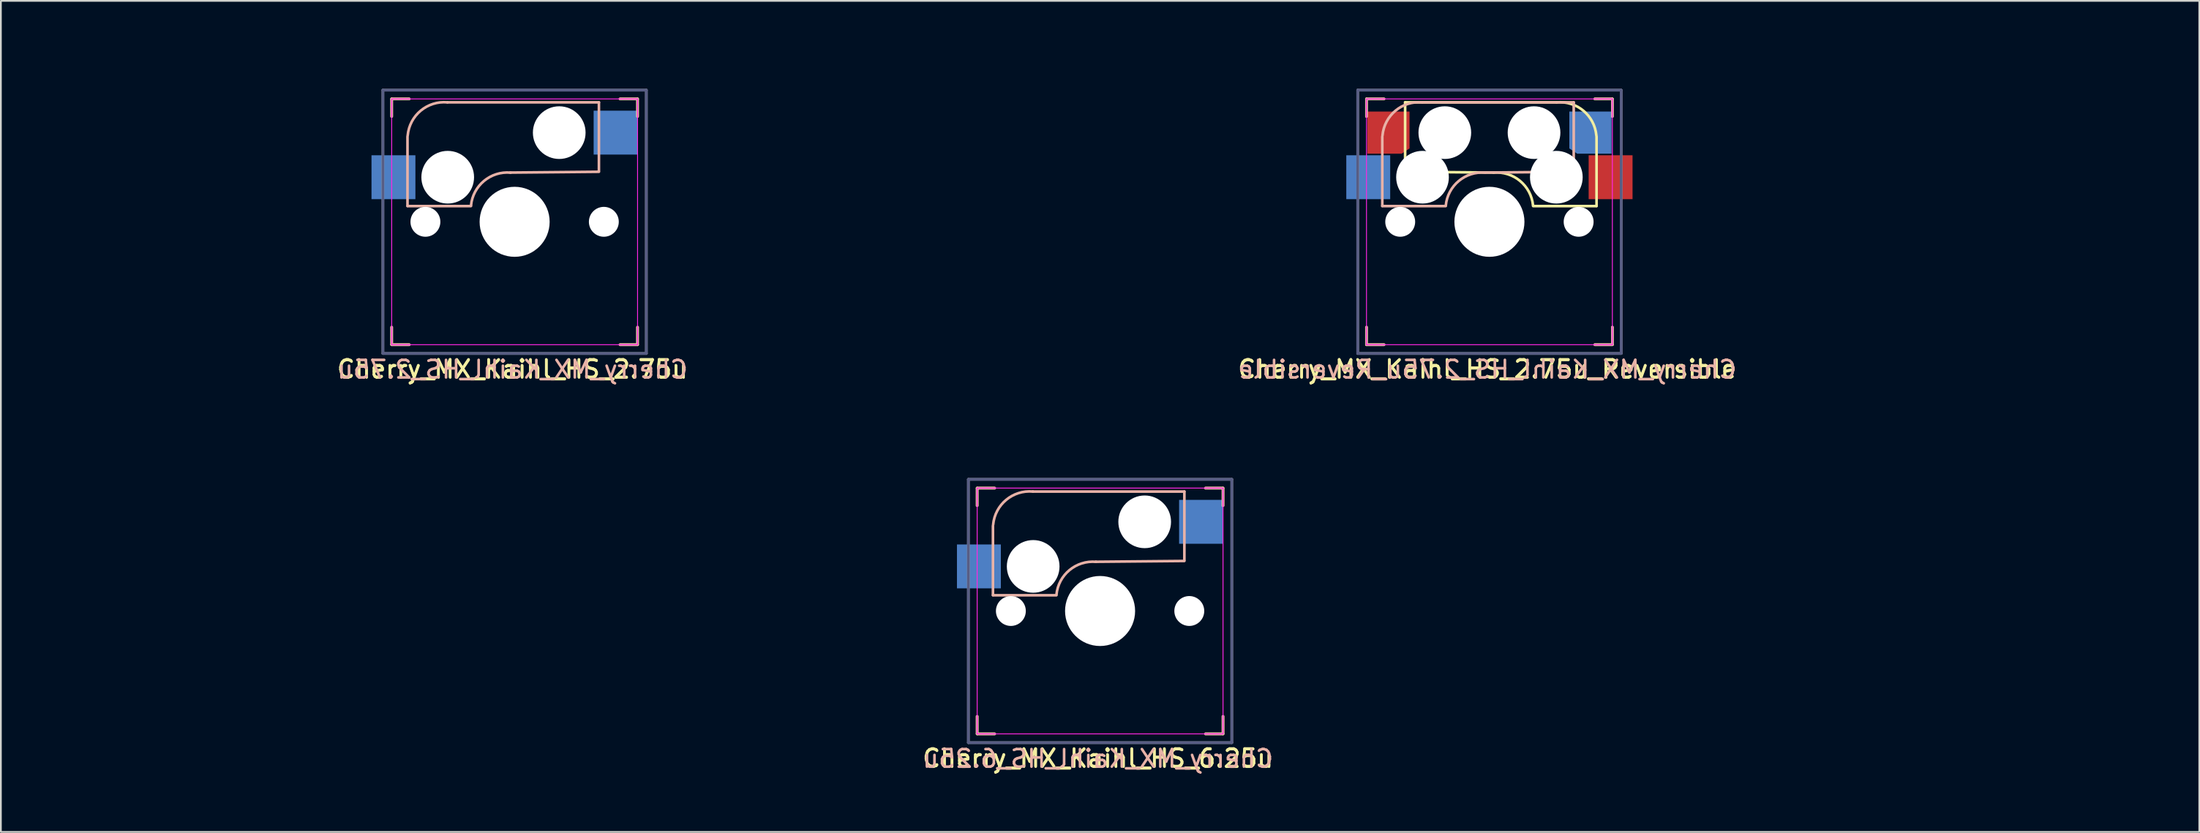
<source format=kicad_pcb>
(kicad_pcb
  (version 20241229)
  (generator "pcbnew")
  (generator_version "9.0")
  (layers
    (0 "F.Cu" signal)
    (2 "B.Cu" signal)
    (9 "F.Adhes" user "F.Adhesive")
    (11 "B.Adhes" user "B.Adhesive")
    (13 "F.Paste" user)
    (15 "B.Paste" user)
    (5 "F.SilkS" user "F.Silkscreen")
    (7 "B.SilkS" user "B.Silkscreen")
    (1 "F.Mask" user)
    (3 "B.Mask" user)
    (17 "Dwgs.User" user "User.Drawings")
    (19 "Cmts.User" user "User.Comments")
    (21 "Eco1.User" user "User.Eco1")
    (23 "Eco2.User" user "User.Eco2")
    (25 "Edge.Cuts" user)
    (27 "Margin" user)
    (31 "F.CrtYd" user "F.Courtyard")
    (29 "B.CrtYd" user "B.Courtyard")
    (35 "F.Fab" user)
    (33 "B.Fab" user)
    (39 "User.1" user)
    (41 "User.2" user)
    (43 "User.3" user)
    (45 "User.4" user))
  (footprint "Cherry_MX_Kaihl_HS_6.25u"
    (layer "F.Cu")
    (at 59.591 31.755)
    (property "Reference" "Cherry_MX_Kaihl_HS_6.25u" (at -0.127 8.382 0) (layer "F.SilkS") (effects (font (size 1 1) (thickness 0.15))))
    (attr through_hole)
    (fp_line (start -7 -7) (end -6 -7) (stroke (width 0.15) (type solid)) (layer "F.SilkS"))
    (fp_line (start -7 -6) (end -7 -7) (stroke (width 0.15) (type solid)) (layer "F.SilkS"))
    (fp_line (start -7 7) (end -7 6) (stroke (width 0.15) (type solid)) (layer "F.SilkS"))
    (fp_line (start -6 7) (end -7 7) (stroke (width 0.15) (type solid)) (layer "F.SilkS"))
    (fp_line (start 6 -7) (end 7 -7) (stroke (width 0.15) (type solid)) (layer "F.SilkS"))
    (fp_line (start 7 -7) (end 7 -6) (stroke (width 0.15) (type solid)) (layer "F.SilkS"))
    (fp_line (start 7 6) (end 7 7) (stroke (width 0.15) (type solid)) (layer "F.SilkS"))
    (fp_line (start 7 7) (end 6 7) (stroke (width 0.15) (type solid)) (layer "F.SilkS"))
    (fp_line (start -7 -7) (end -6 -7) (stroke (width 0.15) (type solid)) (layer "B.SilkS"))
    (fp_line (start -7 -6) (end -7 -7) (stroke (width 0.15) (type solid)) (layer "B.SilkS"))
    (fp_line (start -7 7) (end -7 6) (stroke (width 0.15) (type solid)) (layer "B.SilkS"))
    (fp_line (start -6.1 -4.85) (end -6.1 -0.905) (stroke (width 0.15) (type solid)) (layer "B.SilkS"))
    (fp_line (start -6.1 -0.896) (end -2.49 -0.896) (stroke (width 0.15) (type solid)) (layer "B.SilkS"))
    (fp_line (start -6 7) (end -7 7) (stroke (width 0.15) (type solid)) (layer "B.SilkS"))
    (fp_line (start 4.8 -6.804) (end -3.825 -6.804) (stroke (width 0.15) (type solid)) (layer "B.SilkS"))
    (fp_line (start 4.8 -2.896) (end 4.8 -6.804) (stroke (width 0.15) (type solid)) (layer "B.SilkS"))
    (fp_line (start 4.8 -2.85) (end -0.25 -2.804) (stroke (width 0.15) (type solid)) (layer "B.SilkS"))
    (fp_line (start 6 -7) (end 7 -7) (stroke (width 0.15) (type solid)) (layer "B.SilkS"))
    (fp_line (start 7 -7) (end 7 -6) (stroke (width 0.15) (type solid)) (layer "B.SilkS"))
    (fp_line (start 7 6) (end 7 7) (stroke (width 0.15) (type solid)) (layer "B.SilkS"))
    (fp_line (start 7 7) (end 6 7) (stroke (width 0.15) (type solid)) (layer "B.SilkS"))
    (fp_arc (start -6.089 -4.92) (mid -5.347189 -6.33089) (end -3.825 -6.804) (stroke (width 0.15) (type solid)) (layer "B.SilkS"))
    (fp_arc (start -2.484999 -0.920001) (mid -1.74436 -2.328062) (end -0.225 -2.8) (stroke (width 0.15) (type solid)) (layer "B.SilkS"))
    (fp_line (start -59.531 -9.525) (end 59.531 -9.525) (stroke (width 0.12) (type solid)) (layer "Eco2.User"))
    (fp_line (start -59.531 9.525) (end -59.531 -9.525) (stroke (width 0.12) (type solid)) (layer "Eco2.User"))
    (fp_line (start -0.8 4.25) (end 0.8 4.25) (stroke (width 0.12) (type solid)) (layer "Eco2.User"))
    (fp_line (start -0.8 5.85) (end -0.8 4.25) (stroke (width 0.12) (type solid)) (layer "Eco2.User"))
    (fp_line (start 0.8 4.25) (end 0.8 5.85) (stroke (width 0.12) (type solid)) (layer "Eco2.User"))
    (fp_line (start 0.8 5.85) (end -0.8 5.85) (stroke (width 0.12) (type solid)) (layer "Eco2.User"))
    (fp_line (start 59.531 -9.525) (end 59.531 9.525) (stroke (width 0.12) (type solid)) (layer "Eco2.User"))
    (fp_line (start 59.531 9.525) (end -59.531 9.525) (stroke (width 0.12) (type solid)) (layer "Eco2.User"))
    (fp_line (start -7 -7) (end 7 -7) (stroke (width 0.05) (type solid)) (layer "F.CrtYd"))
    (fp_line (start -7 7) (end -7 -7) (stroke (width 0.05) (type solid)) (layer "F.CrtYd"))
    (fp_line (start 7 -7) (end 7 7) (stroke (width 0.05) (type solid)) (layer "F.CrtYd"))
    (fp_line (start 7 7) (end -7 7) (stroke (width 0.05) (type solid)) (layer "F.CrtYd"))
    (fp_line (start -7.5 -7.5) (end 7.5 -7.5) (stroke (width 0.15) (type solid)) (layer "B.Fab"))
    (fp_line (start -7.5 7.5) (end -7.5 -7.5) (stroke (width 0.15) (type solid)) (layer "B.Fab"))
    (fp_line (start 7.5 -7.5) (end 7.5 7.5) (stroke (width 0.15) (type solid)) (layer "B.Fab"))
    (fp_line (start 7.5 7.5) (end -7.5 7.5) (stroke (width 0.15) (type solid)) (layer "B.Fab"))
    (fp_line (start -7.5 -7.5) (end 7.5 -7.5) (stroke (width 0.15) (type solid)) (layer "F.Fab"))
    (fp_line (start -7.5 7.5) (end -7.5 -7.5) (stroke (width 0.15) (type solid)) (layer "F.Fab"))
    (fp_line (start 7.5 -7.5) (end 7.5 7.5) (stroke (width 0.15) (type solid)) (layer "F.Fab"))
    (fp_line (start 7.5 7.5) (end -7.5 7.5) (stroke (width 0.15) (type solid)) (layer "F.Fab"))
    (fp_text user "${REFERENCE}" (at -0.12 8.41 0) (layer "F.SilkS") (effects (font (size 1 1) (thickness 0.15))))
    (fp_text user "${REFERENCE}" (at -0.12 8.41 0) (layer "B.SilkS") (effects (font (size 1 1) (thickness 0.15)) (justify mirror)))
    (pad "" np_thru_hole circle (at -5.08 0 180) (size 1.702 1.702) (drill 1.702) (layers "*.Cu" "*.Mask"))
    (pad "" np_thru_hole circle (at -3.81 -2.54 153.5) (size 3 3) (drill 3) (layers "*.Cu" "*.Mask"))
    (pad "" np_thru_hole circle (at 0 0 180) (size 3.988 3.988) (drill 3.988) (layers "*.Cu" "*.Mask"))
    (pad "" np_thru_hole circle (at 2.54 -5.08 206.5) (size 3 3) (drill 3) (layers "*.Cu" "*.Mask"))
    (pad "" np_thru_hole circle (at 5.08 0 180) (size 1.702 1.702) (drill 1.702) (layers "*.Cu" "*.Mask"))
    (pad "1" smd rect (at -6.9 -2.54 180) (size 2.5 2.5) (layers "B.Cu" "B.Mask" "B.Paste"))
    (pad "2" smd rect (at 5.75 -5.08 180) (size 2.5 2.5) (layers "B.Cu" "B.Mask" "B.Paste")))
  (footprint "Cherry_MX_Kaihl_HS_2.75u_Reversible"
    (layer "F.Cu")
    (at 81.761 9.585)
    (property "Reference" "Cherry_MX_Kaihl_HS_2.75u_Reversible" (at -0.127 8.382 0) (layer "F.SilkS") (effects (font (size 1 1) (thickness 0.15))))
    (attr through_hole)
    (fp_line (start -7 -7) (end -6 -7) (stroke (width 0.15) (type solid)) (layer "F.SilkS"))
    (fp_line (start -7 -6) (end -7 -7) (stroke (width 0.15) (type solid)) (layer "F.SilkS"))
    (fp_line (start -7 7) (end -7 6) (stroke (width 0.15) (type solid)) (layer "F.SilkS"))
    (fp_line (start -6 7) (end -7 7) (stroke (width 0.15) (type solid)) (layer "F.SilkS"))
    (fp_line (start -4.8 -6.804) (end 3.825 -6.804) (stroke (width 0.15) (type solid)) (layer "F.SilkS"))
    (fp_line (start -4.8 -2.896) (end -4.8 -6.804) (stroke (width 0.15) (type solid)) (layer "F.SilkS"))
    (fp_line (start -4.8 -2.85) (end 0.25 -2.804) (stroke (width 0.15) (type solid)) (layer "F.SilkS"))
    (fp_line (start 6 -7) (end 7 -7) (stroke (width 0.15) (type solid)) (layer "F.SilkS"))
    (fp_line (start 6.1 -4.85) (end 6.1 -0.905) (stroke (width 0.15) (type solid)) (layer "F.SilkS"))
    (fp_line (start 6.1 -0.896) (end 2.49 -0.896) (stroke (width 0.15) (type solid)) (layer "F.SilkS"))
    (fp_line (start 7 -7) (end 7 -6) (stroke (width 0.15) (type solid)) (layer "F.SilkS"))
    (fp_line (start 7 6) (end 7 7) (stroke (width 0.15) (type solid)) (layer "F.SilkS"))
    (fp_line (start 7 7) (end 6 7) (stroke (width 0.15) (type solid)) (layer "F.SilkS"))
    (fp_arc (start 0.225 -2.8) (mid 1.744361 -2.328062) (end 2.485001 -0.920001) (stroke (width 0.15) (type solid)) (layer "F.SilkS"))
    (fp_arc (start 3.825 -6.804) (mid 5.347189 -6.33089) (end 6.089 -4.92) (stroke (width 0.15) (type solid)) (layer "F.SilkS"))
    (fp_line (start -7 -7) (end -6 -7) (stroke (width 0.15) (type solid)) (layer "B.SilkS"))
    (fp_line (start -7 -6) (end -7 -7) (stroke (width 0.15) (type solid)) (layer "B.SilkS"))
    (fp_line (start -7 7) (end -7 6) (stroke (width 0.15) (type solid)) (layer "B.SilkS"))
    (fp_line (start -6.1 -4.85) (end -6.1 -0.905) (stroke (width 0.15) (type solid)) (layer "B.SilkS"))
    (fp_line (start -6.1 -0.896) (end -2.49 -0.896) (stroke (width 0.15) (type solid)) (layer "B.SilkS"))
    (fp_line (start -6 7) (end -7 7) (stroke (width 0.15) (type solid)) (layer "B.SilkS"))
    (fp_line (start 4.8 -6.804) (end -3.825 -6.804) (stroke (width 0.15) (type solid)) (layer "B.SilkS"))
    (fp_line (start 4.8 -2.896) (end 4.8 -6.804) (stroke (width 0.15) (type solid)) (layer "B.SilkS"))
    (fp_line (start 4.8 -2.85) (end -0.25 -2.804) (stroke (width 0.15) (type solid)) (layer "B.SilkS"))
    (fp_line (start 6 -7) (end 7 -7) (stroke (width 0.15) (type solid)) (layer "B.SilkS"))
    (fp_line (start 7 -7) (end 7 -6) (stroke (width 0.15) (type solid)) (layer "B.SilkS"))
    (fp_line (start 7 6) (end 7 7) (stroke (width 0.15) (type solid)) (layer "B.SilkS"))
    (fp_line (start 7 7) (end 6 7) (stroke (width 0.15) (type solid)) (layer "B.SilkS"))
    (fp_arc (start -6.089 -4.92) (mid -5.347189 -6.33089) (end -3.825 -6.804) (stroke (width 0.15) (type solid)) (layer "B.SilkS"))
    (fp_arc (start -2.484999 -0.920001) (mid -1.74436 -2.328062) (end -0.225 -2.8) (stroke (width 0.15) (type solid)) (layer "B.SilkS"))
    (fp_line (start -26.194 -9.525) (end 26.194 -9.525) (stroke (width 0.12) (type solid)) (layer "Eco2.User"))
    (fp_line (start -26.194 9.525) (end -26.194 -9.525) (stroke (width 0.12) (type solid)) (layer "Eco2.User"))
    (fp_line (start -0.8 4.25) (end 0.8 4.25) (stroke (width 0.12) (type solid)) (layer "Eco2.User"))
    (fp_line (start -0.8 5.85) (end -0.8 4.25) (stroke (width 0.12) (type solid)) (layer "Eco2.User"))
    (fp_line (start 0.8 4.25) (end 0.8 5.85) (stroke (width 0.12) (type solid)) (layer "Eco2.User"))
    (fp_line (start 0.8 5.85) (end -0.8 5.85) (stroke (width 0.12) (type solid)) (layer "Eco2.User"))
    (fp_line (start 26.194 -9.525) (end 26.194 9.525) (stroke (width 0.12) (type solid)) (layer "Eco2.User"))
    (fp_line (start 26.194 9.525) (end -26.194 9.525) (stroke (width 0.12) (type solid)) (layer "Eco2.User"))
    (fp_line (start -7 -7) (end 7 -7) (stroke (width 0.05) (type solid)) (layer "F.CrtYd"))
    (fp_line (start -7 7) (end -7 -7) (stroke (width 0.05) (type solid)) (layer "F.CrtYd"))
    (fp_line (start 7 -7) (end 7 7) (stroke (width 0.05) (type solid)) (layer "F.CrtYd"))
    (fp_line (start 7 7) (end -7 7) (stroke (width 0.05) (type solid)) (layer "F.CrtYd"))
    (fp_line (start -7.5 -7.5) (end 7.5 -7.5) (stroke (width 0.15) (type solid)) (layer "B.Fab"))
    (fp_line (start -7.5 7.5) (end -7.5 -7.5) (stroke (width 0.15) (type solid)) (layer "B.Fab"))
    (fp_line (start 7.5 -7.5) (end 7.5 7.5) (stroke (width 0.15) (type solid)) (layer "B.Fab"))
    (fp_line (start 7.5 7.5) (end -7.5 7.5) (stroke (width 0.15) (type solid)) (layer "B.Fab"))
    (fp_line (start -7.5 -7.5) (end 7.5 -7.5) (stroke (width 0.15) (type solid)) (layer "F.Fab"))
    (fp_line (start -7.5 7.5) (end -7.5 -7.5) (stroke (width 0.15) (type solid)) (layer "F.Fab"))
    (fp_line (start 7.5 -7.5) (end 7.5 7.5) (stroke (width 0.15) (type solid)) (layer "F.Fab"))
    (fp_line (start 7.5 7.5) (end -7.5 7.5) (stroke (width 0.15) (type solid)) (layer "F.Fab"))
    (fp_text user "${REFERENCE}" (at -0.12 8.41 0) (layer "F.SilkS") (effects (font (size 1 1) (thickness 0.15))))
    (fp_text user "${REFERENCE}" (at -0.12 8.41 0) (layer "B.SilkS") (effects (font (size 1 1) (thickness 0.15)) (justify mirror)))
    (pad "" np_thru_hole circle (at -5.08 0 180) (size 1.702 1.702) (drill 1.702) (layers "*.Cu" "*.Mask"))
    (pad "" np_thru_hole circle (at -3.81 -2.54 153.5) (size 3 3) (drill 3) (layers "*.Cu" "*.Mask"))
    (pad "" np_thru_hole circle (at -2.54 -5.08 206.5) (size 3 3) (drill 3) (layers "*.Cu" "*.Mask"))
    (pad "" np_thru_hole circle (at 0 0 180) (size 3.988 3.988) (drill 3.988) (layers "*.Cu" "*.Mask"))
    (pad "" np_thru_hole circle (at 2.54 -5.08 206.5) (size 3 3) (drill 3) (layers "*.Cu" "*.Mask"))
    (pad "" np_thru_hole circle (at 3.81 -2.54 206.5) (size 3 3) (drill 3) (layers "*.Cu" "*.Mask"))
    (pad "" np_thru_hole circle (at 5.08 0 180) (size 1.702 1.702) (drill 1.702) (layers "*.Cu" "*.Mask"))
    (pad "1" smd rect (at -6.9 -2.54 180) (size 2.5 2.5) (layers "B.Cu" "B.Mask" "B.Paste"))
    (pad "1" smd rect (at 6.9 -2.54 180) (size 2.5 2.5) (layers "F.Cu" "F.Mask" "F.Paste"))
    (pad "2" smd custom (at -5.75 -5.08 180) (size 2 2) (layers "F.Cu" "F.Mask" "F.Paste") (options (anchor rect)) (primitives (gr_poly (pts (xy 1.2 1.2) (xy -1.2 1.2) (xy -1.2 -0.9) (xy -0.75 -1.2) (xy 1.2 -1.2)) (width 0) (fill yes))))
    (pad "2" smd custom (at 5.75 -5.08 180) (size 2 2) (layers "B.Cu" "B.Mask" "B.Paste") (options (anchor rect)) (primitives (gr_poly (pts (xy 1.2 1.2) (xy 1.2 -0.9) (xy 0.75 -1.2) (xy -1.2 -1.2) (xy -1.2 1.2)) (width 0) (fill yes)))))
  (footprint "Cherry_MX_Kaihl_HS_2.75u"
    (layer "F.Cu")
    (at 26.254 9.585)
    (property "Reference" "Cherry_MX_Kaihl_HS_2.75u" (at -0.127 8.382 0) (layer "F.SilkS") (effects (font (size 1 1) (thickness 0.15))))
    (attr through_hole)
    (fp_line (start -7 -7) (end -6 -7) (stroke (width 0.15) (type solid)) (layer "F.SilkS"))
    (fp_line (start -7 -6) (end -7 -7) (stroke (width 0.15) (type solid)) (layer "F.SilkS"))
    (fp_line (start -7 7) (end -7 6) (stroke (width 0.15) (type solid)) (layer "F.SilkS"))
    (fp_line (start -6 7) (end -7 7) (stroke (width 0.15) (type solid)) (layer "F.SilkS"))
    (fp_line (start 6 -7) (end 7 -7) (stroke (width 0.15) (type solid)) (layer "F.SilkS"))
    (fp_line (start 7 -7) (end 7 -6) (stroke (width 0.15) (type solid)) (layer "F.SilkS"))
    (fp_line (start 7 6) (end 7 7) (stroke (width 0.15) (type solid)) (layer "F.SilkS"))
    (fp_line (start 7 7) (end 6 7) (stroke (width 0.15) (type solid)) (layer "F.SilkS"))
    (fp_line (start -7 -7) (end -6 -7) (stroke (width 0.15) (type solid)) (layer "B.SilkS"))
    (fp_line (start -7 -6) (end -7 -7) (stroke (width 0.15) (type solid)) (layer "B.SilkS"))
    (fp_line (start -7 7) (end -7 6) (stroke (width 0.15) (type solid)) (layer "B.SilkS"))
    (fp_line (start -6.1 -4.85) (end -6.1 -0.905) (stroke (width 0.15) (type solid)) (layer "B.SilkS"))
    (fp_line (start -6.1 -0.896) (end -2.49 -0.896) (stroke (width 0.15) (type solid)) (layer "B.SilkS"))
    (fp_line (start -6 7) (end -7 7) (stroke (width 0.15) (type solid)) (layer "B.SilkS"))
    (fp_line (start 4.8 -6.804) (end -3.825 -6.804) (stroke (width 0.15) (type solid)) (layer "B.SilkS"))
    (fp_line (start 4.8 -2.896) (end 4.8 -6.804) (stroke (width 0.15) (type solid)) (layer "B.SilkS"))
    (fp_line (start 4.8 -2.85) (end -0.25 -2.804) (stroke (width 0.15) (type solid)) (layer "B.SilkS"))
    (fp_line (start 6 -7) (end 7 -7) (stroke (width 0.15) (type solid)) (layer "B.SilkS"))
    (fp_line (start 7 -7) (end 7 -6) (stroke (width 0.15) (type solid)) (layer "B.SilkS"))
    (fp_line (start 7 6) (end 7 7) (stroke (width 0.15) (type solid)) (layer "B.SilkS"))
    (fp_line (start 7 7) (end 6 7) (stroke (width 0.15) (type solid)) (layer "B.SilkS"))
    (fp_arc (start -6.089 -4.92) (mid -5.347189 -6.33089) (end -3.825 -6.804) (stroke (width 0.15) (type solid)) (layer "B.SilkS"))
    (fp_arc (start -2.484999 -0.920001) (mid -1.74436 -2.328062) (end -0.225 -2.8) (stroke (width 0.15) (type solid)) (layer "B.SilkS"))
    (fp_line (start -26.194 -9.525) (end 26.194 -9.525) (stroke (width 0.12) (type solid)) (layer "Eco2.User"))
    (fp_line (start -26.194 9.525) (end -26.194 -9.525) (stroke (width 0.12) (type solid)) (layer "Eco2.User"))
    (fp_line (start -0.8 4.25) (end 0.8 4.25) (stroke (width 0.12) (type solid)) (layer "Eco2.User"))
    (fp_line (start -0.8 5.85) (end -0.8 4.25) (stroke (width 0.12) (type solid)) (layer "Eco2.User"))
    (fp_line (start 0.8 4.25) (end 0.8 5.85) (stroke (width 0.12) (type solid)) (layer "Eco2.User"))
    (fp_line (start 0.8 5.85) (end -0.8 5.85) (stroke (width 0.12) (type solid)) (layer "Eco2.User"))
    (fp_line (start 26.194 -9.525) (end 26.194 9.525) (stroke (width 0.12) (type solid)) (layer "Eco2.User"))
    (fp_line (start 26.194 9.525) (end -26.194 9.525) (stroke (width 0.12) (type solid)) (layer "Eco2.User"))
    (fp_line (start -7 -7) (end 7 -7) (stroke (width 0.05) (type solid)) (layer "F.CrtYd"))
    (fp_line (start -7 7) (end -7 -7) (stroke (width 0.05) (type solid)) (layer "F.CrtYd"))
    (fp_line (start 7 -7) (end 7 7) (stroke (width 0.05) (type solid)) (layer "F.CrtYd"))
    (fp_line (start 7 7) (end -7 7) (stroke (width 0.05) (type solid)) (layer "F.CrtYd"))
    (fp_line (start -7.5 -7.5) (end 7.5 -7.5) (stroke (width 0.15) (type solid)) (layer "B.Fab"))
    (fp_line (start -7.5 7.5) (end -7.5 -7.5) (stroke (width 0.15) (type solid)) (layer "B.Fab"))
    (fp_line (start 7.5 -7.5) (end 7.5 7.5) (stroke (width 0.15) (type solid)) (layer "B.Fab"))
    (fp_line (start 7.5 7.5) (end -7.5 7.5) (stroke (width 0.15) (type solid)) (layer "B.Fab"))
    (fp_line (start -7.5 -7.5) (end 7.5 -7.5) (stroke (width 0.15) (type solid)) (layer "F.Fab"))
    (fp_line (start -7.5 7.5) (end -7.5 -7.5) (stroke (width 0.15) (type solid)) (layer "F.Fab"))
    (fp_line (start 7.5 -7.5) (end 7.5 7.5) (stroke (width 0.15) (type solid)) (layer "F.Fab"))
    (fp_line (start 7.5 7.5) (end -7.5 7.5) (stroke (width 0.15) (type solid)) (layer "F.Fab"))
    (fp_text user "${REFERENCE}" (at -0.12 8.41 0) (layer "F.SilkS") (effects (font (size 1 1) (thickness 0.15))))
    (fp_text user "${REFERENCE}" (at -0.12 8.41 0) (layer "B.SilkS") (effects (font (size 1 1) (thickness 0.15)) (justify mirror)))
    (pad "" np_thru_hole circle (at -5.08 0 180) (size 1.702 1.702) (drill 1.702) (layers "*.Cu" "*.Mask"))
    (pad "" np_thru_hole circle (at -3.81 -2.54 153.5) (size 3 3) (drill 3) (layers "*.Cu" "*.Mask"))
    (pad "" np_thru_hole circle (at 0 0 180) (size 3.988 3.988) (drill 3.988) (layers "*.Cu" "*.Mask"))
    (pad "" np_thru_hole circle (at 2.54 -5.08 206.5) (size 3 3) (drill 3) (layers "*.Cu" "*.Mask"))
    (pad "" np_thru_hole circle (at 5.08 0 180) (size 1.702 1.702) (drill 1.702) (layers "*.Cu" "*.Mask"))
    (pad "1" smd rect (at -6.9 -2.54 180) (size 2.5 2.5) (layers "B.Cu" "B.Mask" "B.Paste"))
    (pad "2" smd rect (at 5.75 -5.08 180) (size 2.5 2.5) (layers "B.Cu" "B.Mask" "B.Paste")))
  (gr_rect
    (start -3 -3)
    (end 122.183 44.34)
    (stroke (width 0.1) (type default))
    (fill no)
    (layer "Edge.Cuts")))
</source>
